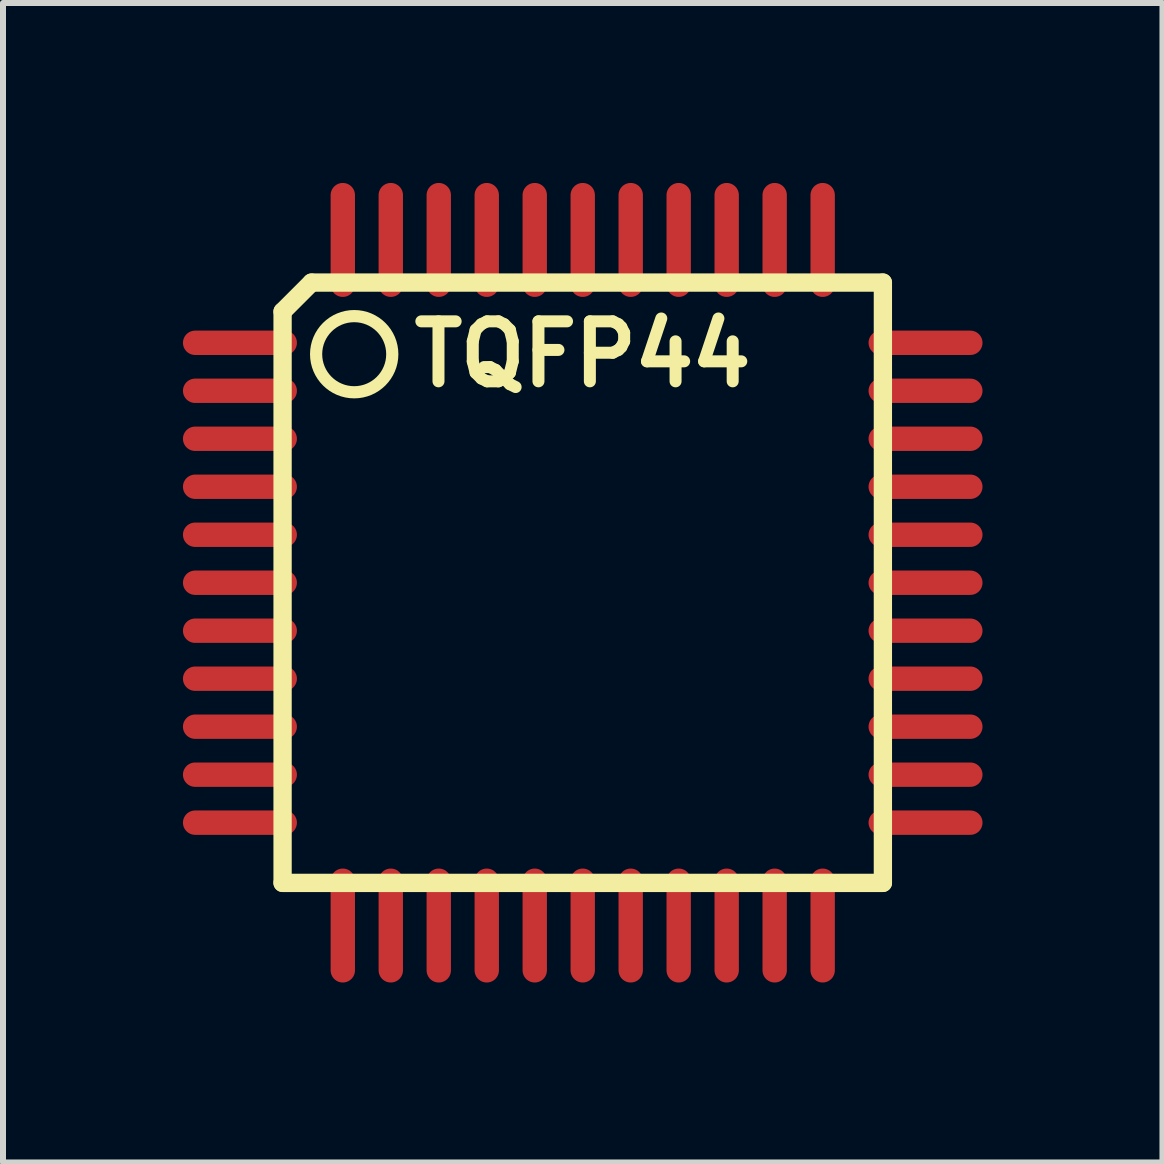
<source format=kicad_pcb>
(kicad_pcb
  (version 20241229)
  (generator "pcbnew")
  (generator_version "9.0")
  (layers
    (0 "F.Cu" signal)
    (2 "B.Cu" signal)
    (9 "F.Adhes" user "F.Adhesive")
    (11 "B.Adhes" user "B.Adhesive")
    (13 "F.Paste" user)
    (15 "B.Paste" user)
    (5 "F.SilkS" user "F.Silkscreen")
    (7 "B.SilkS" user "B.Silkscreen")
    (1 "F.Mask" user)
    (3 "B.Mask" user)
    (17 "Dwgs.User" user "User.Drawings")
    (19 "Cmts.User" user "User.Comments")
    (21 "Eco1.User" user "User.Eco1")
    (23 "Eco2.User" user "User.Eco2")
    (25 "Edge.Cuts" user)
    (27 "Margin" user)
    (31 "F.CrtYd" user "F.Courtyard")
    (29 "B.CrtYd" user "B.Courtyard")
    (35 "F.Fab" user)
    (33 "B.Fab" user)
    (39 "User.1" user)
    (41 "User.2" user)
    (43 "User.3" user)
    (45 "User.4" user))
  (footprint "TQFP44"
    (layer "F.Cu")
    (at 6.665 6.665)
    (property "Reference" "TQFP44" (at 0 -3.81 0) (layer "F.SilkS") (effects (font (size 1 1) (thickness 0.2))))
    (attr smd)
    (fp_line (start -5.004 -4.521) (end -5.004 5.004) (stroke (width 0.305) (type solid)) (layer "F.SilkS"))
    (fp_line (start -5.004 -4.521) (end -4.521 -5.004) (stroke (width 0.305) (type solid)) (layer "F.SilkS"))
    (fp_line (start -4.521 -5.004) (end 5.004 -5.004) (stroke (width 0.305) (type solid)) (layer "F.SilkS"))
    (fp_line (start 5.004 -5.004) (end 5.004 5.004) (stroke (width 0.305) (type solid)) (layer "F.SilkS"))
    (fp_line (start 5.004 5.004) (end -5.004 5.004) (stroke (width 0.305) (type solid)) (layer "F.SilkS"))
    (fp_circle (center -3.81 -3.81) (end -3.81 -3.175) (stroke (width 0.203) (type solid)) (fill no) (layer "F.SilkS"))
    (pad "1" smd oval (at -5.715 -4) (size 1.9 0.406) (layers "F.Cu" "F.Mask" "F.Paste"))
    (pad "2" smd oval (at -5.715 -3.2) (size 1.9 0.406) (layers "F.Cu" "F.Mask" "F.Paste"))
    (pad "3" smd oval (at -5.715 -2.4) (size 1.9 0.406) (layers "F.Cu" "F.Mask" "F.Paste"))
    (pad "4" smd oval (at -5.715 -1.6) (size 1.9 0.406) (layers "F.Cu" "F.Mask" "F.Paste"))
    (pad "5" smd oval (at -5.715 -0.8) (size 1.9 0.406) (layers "F.Cu" "F.Mask" "F.Paste"))
    (pad "6" smd oval (at -5.715 0) (size 1.9 0.406) (layers "F.Cu" "F.Mask" "F.Paste"))
    (pad "7" smd oval (at -5.715 0.8) (size 1.9 0.406) (layers "F.Cu" "F.Mask" "F.Paste"))
    (pad "8" smd oval (at -5.715 1.6) (size 1.9 0.406) (layers "F.Cu" "F.Mask" "F.Paste"))
    (pad "9" smd oval (at -5.715 2.4) (size 1.9 0.406) (layers "F.Cu" "F.Mask" "F.Paste"))
    (pad "10" smd oval (at -5.715 3.2) (size 1.9 0.406) (layers "F.Cu" "F.Mask" "F.Paste"))
    (pad "11" smd oval (at -5.715 4) (size 1.9 0.406) (layers "F.Cu" "F.Mask" "F.Paste"))
    (pad "12" smd oval (at -4 5.715) (size 0.406 1.9) (layers "F.Cu" "F.Mask" "F.Paste"))
    (pad "13" smd oval (at -3.2 5.715) (size 0.406 1.9) (layers "F.Cu" "F.Mask" "F.Paste"))
    (pad "14" smd oval (at -2.4 5.715) (size 0.406 1.9) (layers "F.Cu" "F.Mask" "F.Paste"))
    (pad "15" smd oval (at -1.6 5.715) (size 0.406 1.9) (layers "F.Cu" "F.Mask" "F.Paste"))
    (pad "16" smd oval (at -0.8 5.715) (size 0.406 1.9) (layers "F.Cu" "F.Mask" "F.Paste"))
    (pad "17" smd oval (at 0 5.715) (size 0.406 1.9) (layers "F.Cu" "F.Mask" "F.Paste"))
    (pad "18" smd oval (at 0.8 5.715) (size 0.406 1.9) (layers "F.Cu" "F.Mask" "F.Paste"))
    (pad "19" smd oval (at 1.6 5.715) (size 0.406 1.9) (layers "F.Cu" "F.Mask" "F.Paste"))
    (pad "20" smd oval (at 2.4 5.715) (size 0.406 1.9) (layers "F.Cu" "F.Mask" "F.Paste"))
    (pad "21" smd oval (at 3.2 5.715) (size 0.406 1.9) (layers "F.Cu" "F.Mask" "F.Paste"))
    (pad "22" smd oval (at 4 5.715) (size 0.406 1.9) (layers "F.Cu" "F.Mask" "F.Paste"))
    (pad "23" smd oval (at 5.715 4) (size 1.9 0.406) (layers "F.Cu" "F.Mask" "F.Paste"))
    (pad "24" smd oval (at 5.715 3.2) (size 1.9 0.406) (layers "F.Cu" "F.Mask" "F.Paste"))
    (pad "25" smd oval (at 5.715 2.4) (size 1.9 0.406) (layers "F.Cu" "F.Mask" "F.Paste"))
    (pad "26" smd oval (at 5.715 1.6) (size 1.9 0.406) (layers "F.Cu" "F.Mask" "F.Paste"))
    (pad "27" smd oval (at 5.715 0.8) (size 1.9 0.406) (layers "F.Cu" "F.Mask" "F.Paste"))
    (pad "28" smd oval (at 5.715 0) (size 1.9 0.406) (layers "F.Cu" "F.Mask" "F.Paste"))
    (pad "29" smd oval (at 5.715 -0.8) (size 1.9 0.406) (layers "F.Cu" "F.Mask" "F.Paste"))
    (pad "30" smd oval (at 5.715 -1.6) (size 1.9 0.406) (layers "F.Cu" "F.Mask" "F.Paste"))
    (pad "31" smd oval (at 5.715 -2.4) (size 1.9 0.406) (layers "F.Cu" "F.Mask" "F.Paste"))
    (pad "32" smd oval (at 5.715 -3.2) (size 1.9 0.406) (layers "F.Cu" "F.Mask" "F.Paste"))
    (pad "33" smd oval (at 5.715 -4) (size 1.9 0.406) (layers "F.Cu" "F.Mask" "F.Paste"))
    (pad "34" smd oval (at 4 -5.715) (size 0.406 1.9) (layers "F.Cu" "F.Mask" "F.Paste"))
    (pad "35" smd oval (at 3.2 -5.715) (size 0.406 1.9) (layers "F.Cu" "F.Mask" "F.Paste"))
    (pad "36" smd oval (at 2.4 -5.715) (size 0.406 1.9) (layers "F.Cu" "F.Mask" "F.Paste"))
    (pad "37" smd oval (at 1.6 -5.715) (size 0.406 1.9) (layers "F.Cu" "F.Mask" "F.Paste"))
    (pad "38" smd oval (at 0.8 -5.715) (size 0.406 1.9) (layers "F.Cu" "F.Mask" "F.Paste"))
    (pad "39" smd oval (at 0 -5.715) (size 0.406 1.9) (layers "F.Cu" "F.Mask" "F.Paste"))
    (pad "40" smd oval (at -0.8 -5.715) (size 0.406 1.9) (layers "F.Cu" "F.Mask" "F.Paste"))
    (pad "41" smd oval (at -1.6 -5.715) (size 0.406 1.9) (layers "F.Cu" "F.Mask" "F.Paste"))
    (pad "42" smd oval (at -2.4 -5.715) (size 0.406 1.9) (layers "F.Cu" "F.Mask" "F.Paste"))
    (pad "43" smd oval (at -3.2 -5.715) (size 0.406 1.9) (layers "F.Cu" "F.Mask" "F.Paste"))
    (pad "44" smd oval (at -4 -5.715) (size 0.406 1.9) (layers "F.Cu" "F.Mask" "F.Paste")))
  (gr_rect
    (start -3 -3)
    (end 16.33 16.33)
    (stroke (width 0.1) (type default))
    (fill no)
    (layer "Edge.Cuts")))
</source>
